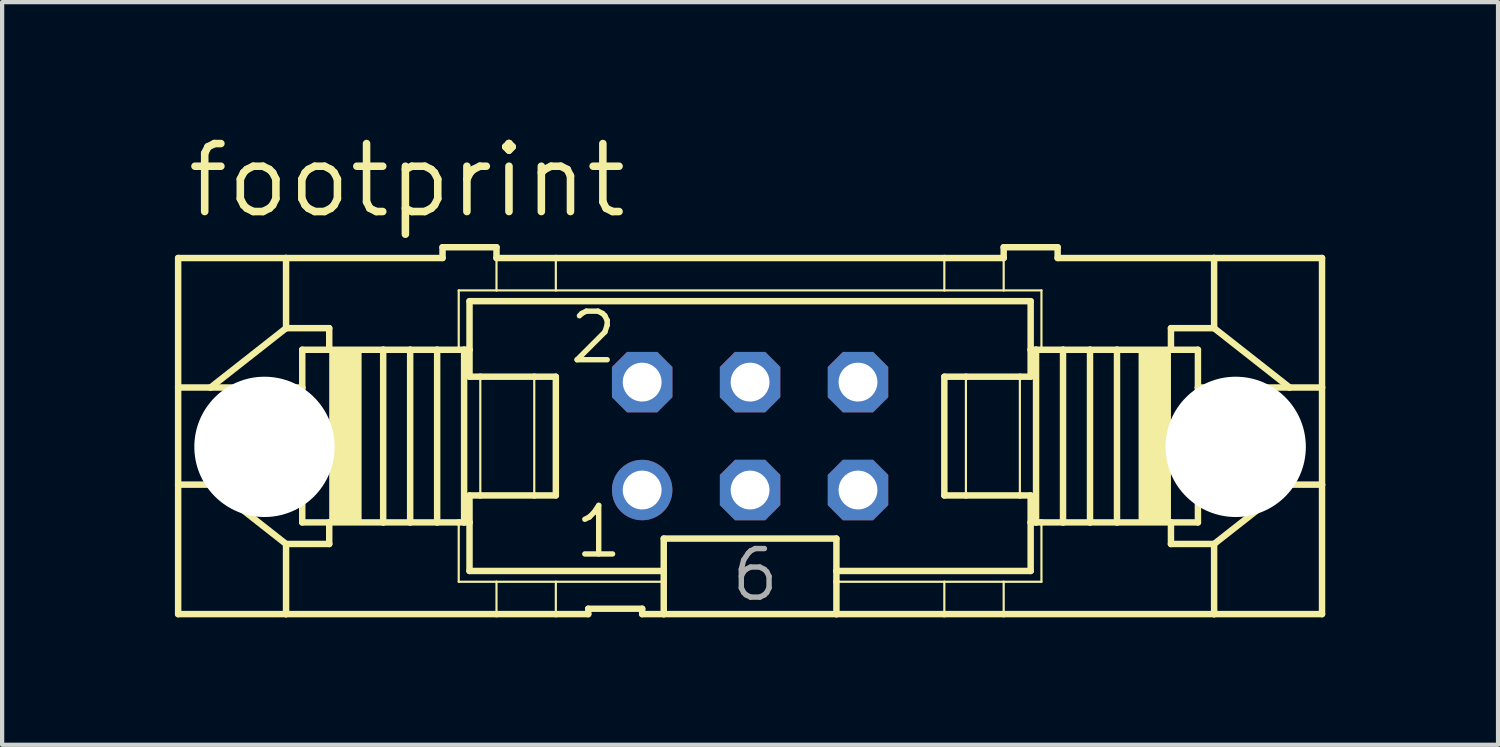
<source format=kicad_pcb>
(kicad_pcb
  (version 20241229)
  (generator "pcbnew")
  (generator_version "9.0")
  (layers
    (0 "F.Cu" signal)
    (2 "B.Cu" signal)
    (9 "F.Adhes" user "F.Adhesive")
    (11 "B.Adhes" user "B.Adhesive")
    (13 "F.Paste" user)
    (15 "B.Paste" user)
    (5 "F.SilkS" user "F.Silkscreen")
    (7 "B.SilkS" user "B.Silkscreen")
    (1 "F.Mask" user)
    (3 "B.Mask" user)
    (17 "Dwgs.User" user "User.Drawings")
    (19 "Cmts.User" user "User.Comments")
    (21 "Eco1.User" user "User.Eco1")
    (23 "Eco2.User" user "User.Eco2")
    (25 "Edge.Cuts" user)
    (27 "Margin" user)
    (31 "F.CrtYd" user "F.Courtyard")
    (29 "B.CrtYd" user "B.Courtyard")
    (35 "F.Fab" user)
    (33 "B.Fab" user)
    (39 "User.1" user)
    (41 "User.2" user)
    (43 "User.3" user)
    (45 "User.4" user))
  (footprint "footprint"
    (layer "F.Cu")
    (at 14.605 7.214)
    (property "Reference" "footprint" (at -13.335 -5.08 0) (layer "F.SilkS") (effects (font (size 1.6 1.6) (thickness 0.178)) (justify left bottom)))
    (fp_line (start -13.462 -4.191) (end -13.462 -1.143) (stroke (width 0.152) (type solid)) (layer "F.SilkS"))
    (fp_line (start -13.462 -4.191) (end -10.922 -4.191) (stroke (width 0.152) (type solid)) (layer "F.SilkS"))
    (fp_line (start -13.462 -1.143) (end -13.462 1.143) (stroke (width 0.152) (type solid)) (layer "F.SilkS"))
    (fp_line (start -13.462 -1.143) (end -12.7 -1.143) (stroke (width 0.152) (type solid)) (layer "F.SilkS"))
    (fp_line (start -13.462 1.143) (end -13.462 4.191) (stroke (width 0.152) (type solid)) (layer "F.SilkS"))
    (fp_line (start -13.462 1.143) (end -12.7 1.143) (stroke (width 0.152) (type solid)) (layer "F.SilkS"))
    (fp_line (start -12.7 -1.143) (end -10.541 -1.143) (stroke (width 0.152) (type solid)) (layer "F.SilkS"))
    (fp_line (start -12.7 1.143) (end -10.541 1.143) (stroke (width 0.152) (type solid)) (layer "F.SilkS"))
    (fp_line (start -10.922 -4.191) (end -10.922 -2.54) (stroke (width 0.152) (type solid)) (layer "F.SilkS"))
    (fp_line (start -10.922 -2.54) (end -12.7 -1.143) (stroke (width 0.152) (type solid)) (layer "F.SilkS"))
    (fp_line (start -10.922 2.54) (end -12.7 1.143) (stroke (width 0.152) (type solid)) (layer "F.SilkS"))
    (fp_line (start -10.922 2.54) (end -10.922 4.191) (stroke (width 0.152) (type solid)) (layer "F.SilkS"))
    (fp_line (start -10.922 4.191) (end -13.462 4.191) (stroke (width 0.152) (type solid)) (layer "F.SilkS"))
    (fp_line (start -10.541 -1.143) (end -10.541 -2.032) (stroke (width 0.152) (type solid)) (layer "F.SilkS"))
    (fp_line (start -10.541 1.143) (end -10.541 -1.143) (stroke (width 0.152) (type solid)) (layer "F.SilkS"))
    (fp_line (start -10.541 2.032) (end -10.541 1.143) (stroke (width 0.152) (type solid)) (layer "F.SilkS"))
    (fp_line (start -9.906 -2.54) (end -10.922 -2.54) (stroke (width 0.152) (type solid)) (layer "F.SilkS"))
    (fp_line (start -9.906 -2.54) (end -9.906 -2.032) (stroke (width 0.152) (type solid)) (layer "F.SilkS"))
    (fp_line (start -9.906 -2.032) (end -10.541 -2.032) (stroke (width 0.152) (type solid)) (layer "F.SilkS"))
    (fp_line (start -9.906 2.032) (end -10.541 2.032) (stroke (width 0.152) (type solid)) (layer "F.SilkS"))
    (fp_line (start -9.906 2.032) (end -9.906 2.54) (stroke (width 0.152) (type solid)) (layer "F.SilkS"))
    (fp_line (start -9.906 2.54) (end -10.922 2.54) (stroke (width 0.152) (type solid)) (layer "F.SilkS"))
    (fp_line (start -8.636 -2.032) (end -9.906 -2.032) (stroke (width 0.152) (type solid)) (layer "F.SilkS"))
    (fp_line (start -8.636 2.032) (end -9.906 2.032) (stroke (width 0.152) (type solid)) (layer "F.SilkS"))
    (fp_line (start -8.636 2.032) (end -8.636 -2.032) (stroke (width 0.152) (type solid)) (layer "F.SilkS"))
    (fp_line (start -8.001 -2.032) (end -8.636 -2.032) (stroke (width 0.152) (type solid)) (layer "F.SilkS"))
    (fp_line (start -8.001 2.032) (end -8.636 2.032) (stroke (width 0.152) (type solid)) (layer "F.SilkS"))
    (fp_line (start -8.001 2.032) (end -8.001 -2.032) (stroke (width 0.152) (type solid)) (layer "F.SilkS"))
    (fp_line (start -7.366 -2.032) (end -8.001 -2.032) (stroke (width 0.152) (type solid)) (layer "F.SilkS"))
    (fp_line (start -7.366 2.032) (end -8.001 2.032) (stroke (width 0.152) (type solid)) (layer "F.SilkS"))
    (fp_line (start -7.366 2.032) (end -7.366 -2.032) (stroke (width 0.152) (type solid)) (layer "F.SilkS"))
    (fp_line (start -7.239 -4.445) (end -7.239 -4.191) (stroke (width 0.152) (type solid)) (layer "F.SilkS"))
    (fp_line (start -7.239 -4.445) (end -5.969 -4.445) (stroke (width 0.152) (type solid)) (layer "F.SilkS"))
    (fp_line (start -7.239 -4.191) (end -10.922 -4.191) (stroke (width 0.152) (type solid)) (layer "F.SilkS"))
    (fp_line (start -6.858 -3.429) (end -6.858 -2.032) (stroke (width 0.051) (type solid)) (layer "F.SilkS"))
    (fp_line (start -6.858 -2.032) (end -7.366 -2.032) (stroke (width 0.152) (type solid)) (layer "F.SilkS"))
    (fp_line (start -6.858 2.032) (end -7.366 2.032) (stroke (width 0.152) (type solid)) (layer "F.SilkS"))
    (fp_line (start -6.858 3.429) (end -6.858 2.032) (stroke (width 0.051) (type solid)) (layer "F.SilkS"))
    (fp_line (start -6.731 -2.032) (end -6.858 -2.032) (stroke (width 0.152) (type solid)) (layer "F.SilkS"))
    (fp_line (start -6.731 2.032) (end -6.858 2.032) (stroke (width 0.152) (type solid)) (layer "F.SilkS"))
    (fp_line (start -6.731 2.032) (end -6.731 -2.032) (stroke (width 0.152) (type solid)) (layer "F.SilkS"))
    (fp_line (start -6.604 -3.175) (end 6.604 -3.175) (stroke (width 0.152) (type solid)) (layer "F.SilkS"))
    (fp_line (start -6.604 -2.032) (end -6.731 -2.032) (stroke (width 0.152) (type solid)) (layer "F.SilkS"))
    (fp_line (start -6.604 -2.032) (end -6.604 -3.175) (stroke (width 0.152) (type solid)) (layer "F.SilkS"))
    (fp_line (start -6.604 -1.397) (end -6.604 -2.032) (stroke (width 0.152) (type solid)) (layer "F.SilkS"))
    (fp_line (start -6.604 -1.397) (end -6.35 -1.397) (stroke (width 0.152) (type solid)) (layer "F.SilkS"))
    (fp_line (start -6.604 2.032) (end -6.731 2.032) (stroke (width 0.152) (type solid)) (layer "F.SilkS"))
    (fp_line (start -6.604 2.032) (end -6.604 1.397) (stroke (width 0.152) (type solid)) (layer "F.SilkS"))
    (fp_line (start -6.604 3.175) (end -6.604 2.032) (stroke (width 0.152) (type solid)) (layer "F.SilkS"))
    (fp_line (start -6.35 -1.397) (end -5.08 -1.397) (stroke (width 0.152) (type solid)) (layer "F.SilkS"))
    (fp_line (start -6.35 1.397) (end -6.604 1.397) (stroke (width 0.152) (type solid)) (layer "F.SilkS"))
    (fp_line (start -6.35 1.397) (end -6.35 -1.397) (stroke (width 0.051) (type solid)) (layer "F.SilkS"))
    (fp_line (start -5.969 -4.445) (end -5.969 -4.191) (stroke (width 0.152) (type solid)) (layer "F.SilkS"))
    (fp_line (start -5.969 -3.429) (end -6.858 -3.429) (stroke (width 0.051) (type solid)) (layer "F.SilkS"))
    (fp_line (start -5.969 -3.429) (end -5.969 -4.191) (stroke (width 0.051) (type solid)) (layer "F.SilkS"))
    (fp_line (start -5.969 -3.429) (end -4.572 -3.429) (stroke (width 0.051) (type solid)) (layer "F.SilkS"))
    (fp_line (start -5.969 3.429) (end -6.858 3.429) (stroke (width 0.051) (type solid)) (layer "F.SilkS"))
    (fp_line (start -5.969 4.191) (end -10.922 4.191) (stroke (width 0.152) (type solid)) (layer "F.SilkS"))
    (fp_line (start -5.969 4.191) (end -5.969 3.429) (stroke (width 0.051) (type solid)) (layer "F.SilkS"))
    (fp_line (start -5.08 -1.397) (end -4.572 -1.397) (stroke (width 0.152) (type solid)) (layer "F.SilkS"))
    (fp_line (start -5.08 1.397) (end -6.35 1.397) (stroke (width 0.152) (type solid)) (layer "F.SilkS"))
    (fp_line (start -5.08 1.397) (end -5.08 -1.397) (stroke (width 0.051) (type solid)) (layer "F.SilkS"))
    (fp_line (start -4.572 -4.191) (end -5.969 -4.191) (stroke (width 0.152) (type solid)) (layer "F.SilkS"))
    (fp_line (start -4.572 -4.191) (end 4.572 -4.191) (stroke (width 0.152) (type solid)) (layer "F.SilkS"))
    (fp_line (start -4.572 -3.429) (end -4.572 -4.191) (stroke (width 0.051) (type solid)) (layer "F.SilkS"))
    (fp_line (start -4.572 -3.429) (end 4.572 -3.429) (stroke (width 0.051) (type solid)) (layer "F.SilkS"))
    (fp_line (start -4.572 1.397) (end -5.08 1.397) (stroke (width 0.152) (type solid)) (layer "F.SilkS"))
    (fp_line (start -4.572 1.397) (end -4.572 -1.397) (stroke (width 0.152) (type solid)) (layer "F.SilkS"))
    (fp_line (start -4.572 3.429) (end -5.969 3.429) (stroke (width 0.051) (type solid)) (layer "F.SilkS"))
    (fp_line (start -4.572 4.191) (end -5.969 4.191) (stroke (width 0.152) (type solid)) (layer "F.SilkS"))
    (fp_line (start -4.572 4.191) (end -4.572 3.429) (stroke (width 0.051) (type solid)) (layer "F.SilkS"))
    (fp_line (start -3.81 4.191) (end -4.572 4.191) (stroke (width 0.152) (type solid)) (layer "F.SilkS"))
    (fp_line (start -3.81 4.191) (end -3.81 4.064) (stroke (width 0.152) (type solid)) (layer "F.SilkS"))
    (fp_line (start -2.54 4.064) (end -3.81 4.064) (stroke (width 0.152) (type solid)) (layer "F.SilkS"))
    (fp_line (start -2.54 4.064) (end -2.54 4.191) (stroke (width 0.152) (type solid)) (layer "F.SilkS"))
    (fp_line (start -2.032 3.175) (end -6.604 3.175) (stroke (width 0.152) (type solid)) (layer "F.SilkS"))
    (fp_line (start -2.032 3.175) (end -2.032 2.413) (stroke (width 0.152) (type solid)) (layer "F.SilkS"))
    (fp_line (start -2.032 3.175) (end -2.032 3.429) (stroke (width 0.152) (type solid)) (layer "F.SilkS"))
    (fp_line (start -2.032 3.429) (end -4.572 3.429) (stroke (width 0.051) (type solid)) (layer "F.SilkS"))
    (fp_line (start -2.032 3.429) (end -2.032 4.191) (stroke (width 0.152) (type solid)) (layer "F.SilkS"))
    (fp_line (start -2.032 4.191) (end -2.54 4.191) (stroke (width 0.152) (type solid)) (layer "F.SilkS"))
    (fp_line (start 2.032 2.413) (end -2.032 2.413) (stroke (width 0.152) (type solid)) (layer "F.SilkS"))
    (fp_line (start 2.032 2.413) (end 2.032 3.175) (stroke (width 0.152) (type solid)) (layer "F.SilkS"))
    (fp_line (start 2.032 3.175) (end 2.032 3.429) (stroke (width 0.152) (type solid)) (layer "F.SilkS"))
    (fp_line (start 2.032 3.429) (end 2.032 4.191) (stroke (width 0.152) (type solid)) (layer "F.SilkS"))
    (fp_line (start 2.032 3.429) (end 4.572 3.429) (stroke (width 0.051) (type solid)) (layer "F.SilkS"))
    (fp_line (start 2.032 4.191) (end -2.032 4.191) (stroke (width 0.152) (type solid)) (layer "F.SilkS"))
    (fp_line (start 4.572 -4.191) (end 4.572 -3.429) (stroke (width 0.051) (type solid)) (layer "F.SilkS"))
    (fp_line (start 4.572 -4.191) (end 5.969 -4.191) (stroke (width 0.152) (type solid)) (layer "F.SilkS"))
    (fp_line (start 4.572 -1.397) (end 4.572 1.397) (stroke (width 0.152) (type solid)) (layer "F.SilkS"))
    (fp_line (start 4.572 -1.397) (end 5.08 -1.397) (stroke (width 0.152) (type solid)) (layer "F.SilkS"))
    (fp_line (start 4.572 3.429) (end 4.572 4.191) (stroke (width 0.051) (type solid)) (layer "F.SilkS"))
    (fp_line (start 4.572 3.429) (end 5.969 3.429) (stroke (width 0.051) (type solid)) (layer "F.SilkS"))
    (fp_line (start 4.572 4.191) (end 2.032 4.191) (stroke (width 0.152) (type solid)) (layer "F.SilkS"))
    (fp_line (start 5.08 -1.397) (end 5.08 1.397) (stroke (width 0.051) (type solid)) (layer "F.SilkS"))
    (fp_line (start 5.08 -1.397) (end 6.35 -1.397) (stroke (width 0.152) (type solid)) (layer "F.SilkS"))
    (fp_line (start 5.08 1.397) (end 4.572 1.397) (stroke (width 0.152) (type solid)) (layer "F.SilkS"))
    (fp_line (start 5.969 -4.191) (end 5.969 -4.445) (stroke (width 0.152) (type solid)) (layer "F.SilkS"))
    (fp_line (start 5.969 -4.191) (end 5.969 -3.429) (stroke (width 0.051) (type solid)) (layer "F.SilkS"))
    (fp_line (start 5.969 -3.429) (end 4.572 -3.429) (stroke (width 0.051) (type solid)) (layer "F.SilkS"))
    (fp_line (start 5.969 -3.429) (end 6.858 -3.429) (stroke (width 0.051) (type solid)) (layer "F.SilkS"))
    (fp_line (start 5.969 3.429) (end 5.969 4.191) (stroke (width 0.051) (type solid)) (layer "F.SilkS"))
    (fp_line (start 5.969 3.429) (end 6.858 3.429) (stroke (width 0.051) (type solid)) (layer "F.SilkS"))
    (fp_line (start 5.969 4.191) (end 4.572 4.191) (stroke (width 0.152) (type solid)) (layer "F.SilkS"))
    (fp_line (start 6.35 -1.397) (end 6.35 1.397) (stroke (width 0.051) (type solid)) (layer "F.SilkS"))
    (fp_line (start 6.35 -1.397) (end 6.604 -1.397) (stroke (width 0.152) (type solid)) (layer "F.SilkS"))
    (fp_line (start 6.35 1.397) (end 5.08 1.397) (stroke (width 0.152) (type solid)) (layer "F.SilkS"))
    (fp_line (start 6.604 -3.175) (end 6.604 -2.032) (stroke (width 0.152) (type solid)) (layer "F.SilkS"))
    (fp_line (start 6.604 -2.032) (end 6.604 -1.397) (stroke (width 0.152) (type solid)) (layer "F.SilkS"))
    (fp_line (start 6.604 -2.032) (end 6.731 -2.032) (stroke (width 0.152) (type solid)) (layer "F.SilkS"))
    (fp_line (start 6.604 1.397) (end 6.35 1.397) (stroke (width 0.152) (type solid)) (layer "F.SilkS"))
    (fp_line (start 6.604 1.397) (end 6.604 2.032) (stroke (width 0.152) (type solid)) (layer "F.SilkS"))
    (fp_line (start 6.604 2.032) (end 6.604 3.175) (stroke (width 0.152) (type solid)) (layer "F.SilkS"))
    (fp_line (start 6.604 2.032) (end 6.731 2.032) (stroke (width 0.152) (type solid)) (layer "F.SilkS"))
    (fp_line (start 6.604 3.175) (end 2.032 3.175) (stroke (width 0.152) (type solid)) (layer "F.SilkS"))
    (fp_line (start 6.731 -2.032) (end 6.731 2.032) (stroke (width 0.152) (type solid)) (layer "F.SilkS"))
    (fp_line (start 6.731 -2.032) (end 6.858 -2.032) (stroke (width 0.152) (type solid)) (layer "F.SilkS"))
    (fp_line (start 6.731 2.032) (end 6.858 2.032) (stroke (width 0.152) (type solid)) (layer "F.SilkS"))
    (fp_line (start 6.858 -3.429) (end 6.858 -2.032) (stroke (width 0.051) (type solid)) (layer "F.SilkS"))
    (fp_line (start 6.858 -2.032) (end 7.366 -2.032) (stroke (width 0.152) (type solid)) (layer "F.SilkS"))
    (fp_line (start 6.858 2.032) (end 7.366 2.032) (stroke (width 0.152) (type solid)) (layer "F.SilkS"))
    (fp_line (start 6.858 3.429) (end 6.858 2.032) (stroke (width 0.051) (type solid)) (layer "F.SilkS"))
    (fp_line (start 7.239 -4.445) (end 5.969 -4.445) (stroke (width 0.152) (type solid)) (layer "F.SilkS"))
    (fp_line (start 7.239 -4.191) (end 7.239 -4.445) (stroke (width 0.152) (type solid)) (layer "F.SilkS"))
    (fp_line (start 7.239 -4.191) (end 10.922 -4.191) (stroke (width 0.152) (type solid)) (layer "F.SilkS"))
    (fp_line (start 7.366 -2.032) (end 7.366 2.032) (stroke (width 0.152) (type solid)) (layer "F.SilkS"))
    (fp_line (start 7.366 -2.032) (end 8.001 -2.032) (stroke (width 0.152) (type solid)) (layer "F.SilkS"))
    (fp_line (start 7.366 2.032) (end 8.001 2.032) (stroke (width 0.152) (type solid)) (layer "F.SilkS"))
    (fp_line (start 8.001 -2.032) (end 8.001 2.032) (stroke (width 0.152) (type solid)) (layer "F.SilkS"))
    (fp_line (start 8.001 -2.032) (end 8.636 -2.032) (stroke (width 0.152) (type solid)) (layer "F.SilkS"))
    (fp_line (start 8.001 2.032) (end 8.636 2.032) (stroke (width 0.152) (type solid)) (layer "F.SilkS"))
    (fp_line (start 8.636 -2.032) (end 8.636 2.032) (stroke (width 0.152) (type solid)) (layer "F.SilkS"))
    (fp_line (start 8.636 -2.032) (end 9.906 -2.032) (stroke (width 0.152) (type solid)) (layer "F.SilkS"))
    (fp_line (start 8.636 2.032) (end 9.906 2.032) (stroke (width 0.152) (type solid)) (layer "F.SilkS"))
    (fp_line (start 9.906 -2.54) (end 10.922 -2.54) (stroke (width 0.152) (type solid)) (layer "F.SilkS"))
    (fp_line (start 9.906 -2.032) (end 9.906 -2.54) (stroke (width 0.152) (type solid)) (layer "F.SilkS"))
    (fp_line (start 9.906 -2.032) (end 10.541 -2.032) (stroke (width 0.152) (type solid)) (layer "F.SilkS"))
    (fp_line (start 9.906 2.032) (end 10.541 2.032) (stroke (width 0.152) (type solid)) (layer "F.SilkS"))
    (fp_line (start 9.906 2.54) (end 9.906 2.032) (stroke (width 0.152) (type solid)) (layer "F.SilkS"))
    (fp_line (start 9.906 2.54) (end 10.922 2.54) (stroke (width 0.152) (type solid)) (layer "F.SilkS"))
    (fp_line (start 10.541 -2.032) (end 10.541 -1.143) (stroke (width 0.152) (type solid)) (layer "F.SilkS"))
    (fp_line (start 10.541 -1.143) (end 10.541 1.143) (stroke (width 0.152) (type solid)) (layer "F.SilkS"))
    (fp_line (start 10.541 1.143) (end 10.541 2.032) (stroke (width 0.152) (type solid)) (layer "F.SilkS"))
    (fp_line (start 10.922 -4.191) (end 13.462 -4.191) (stroke (width 0.152) (type solid)) (layer "F.SilkS"))
    (fp_line (start 10.922 -2.54) (end 10.922 -4.191) (stroke (width 0.152) (type solid)) (layer "F.SilkS"))
    (fp_line (start 10.922 -2.54) (end 12.7 -1.143) (stroke (width 0.152) (type solid)) (layer "F.SilkS"))
    (fp_line (start 10.922 2.54) (end 12.7 1.143) (stroke (width 0.152) (type solid)) (layer "F.SilkS"))
    (fp_line (start 10.922 4.191) (end 5.969 4.191) (stroke (width 0.152) (type solid)) (layer "F.SilkS"))
    (fp_line (start 10.922 4.191) (end 10.922 2.54) (stroke (width 0.152) (type solid)) (layer "F.SilkS"))
    (fp_line (start 12.7 -1.143) (end 10.541 -1.143) (stroke (width 0.152) (type solid)) (layer "F.SilkS"))
    (fp_line (start 12.7 1.143) (end 10.541 1.143) (stroke (width 0.152) (type solid)) (layer "F.SilkS"))
    (fp_line (start 13.462 -1.143) (end 12.7 -1.143) (stroke (width 0.152) (type solid)) (layer "F.SilkS"))
    (fp_line (start 13.462 -1.143) (end 13.462 -4.191) (stroke (width 0.152) (type solid)) (layer "F.SilkS"))
    (fp_line (start 13.462 1.143) (end 12.7 1.143) (stroke (width 0.152) (type solid)) (layer "F.SilkS"))
    (fp_line (start 13.462 1.143) (end 13.462 -1.143) (stroke (width 0.152) (type solid)) (layer "F.SilkS"))
    (fp_line (start 13.462 4.191) (end 10.922 4.191) (stroke (width 0.152) (type solid)) (layer "F.SilkS"))
    (fp_line (start 13.462 4.191) (end 13.462 1.143) (stroke (width 0.152) (type solid)) (layer "F.SilkS"))
    (fp_poly (pts (xy -9.906 2.032) (xy -9.144 2.032) (xy -9.144 -2.032) (xy -9.906 -2.032)) (stroke (width 0) (type solid)) (fill yes) (layer "F.SilkS"))
    (fp_poly (pts (xy 9.144 2.032) (xy 9.906 2.032) (xy 9.906 -2.032) (xy 9.144 -2.032)) (stroke (width 0) (type solid)) (fill yes) (layer "F.SilkS"))
    (fp_poly (pts (xy -12.7 0.381) (xy -10.922 0.381) (xy -10.922 -0.381) (xy -12.7 -0.381)) (stroke (width 0.1) (type solid)) (fill no) (layer "F.Fab"))
    (fp_poly (pts (xy -2.794 -1.016) (xy -2.286 -1.016) (xy -2.286 -1.524) (xy -2.794 -1.524)) (stroke (width 0.1) (type solid)) (fill no) (layer "F.Fab"))
    (fp_poly (pts (xy -2.794 1.524) (xy -2.286 1.524) (xy -2.286 1.016) (xy -2.794 1.016)) (stroke (width 0.1) (type solid)) (fill no) (layer "F.Fab"))
    (fp_poly (pts (xy -0.254 -1.016) (xy 0.254 -1.016) (xy 0.254 -1.524) (xy -0.254 -1.524)) (stroke (width 0.1) (type solid)) (fill no) (layer "F.Fab"))
    (fp_poly (pts (xy -0.254 1.524) (xy 0.254 1.524) (xy 0.254 1.016) (xy -0.254 1.016)) (stroke (width 0.1) (type solid)) (fill no) (layer "F.Fab"))
    (fp_poly (pts (xy 2.286 -1.016) (xy 2.794 -1.016) (xy 2.794 -1.524) (xy 2.286 -1.524)) (stroke (width 0.1) (type solid)) (fill no) (layer "F.Fab"))
    (fp_poly (pts (xy 2.286 1.524) (xy 2.794 1.524) (xy 2.794 1.016) (xy 2.286 1.016)) (stroke (width 0.1) (type solid)) (fill no) (layer "F.Fab"))
    (fp_poly (pts (xy 10.922 0.381) (xy 12.7 0.381) (xy 12.7 -0.381) (xy 10.922 -0.381)) (stroke (width 0.1) (type solid)) (fill no) (layer "F.Fab"))
    (fp_text user "1" (at -4.191 2.921 0) (layer "F.SilkS") (effects (font (size 1.143 1.143) (thickness 0.127)) (justify left bottom)))
    (fp_text user "2" (at -4.318 -1.651 0) (layer "F.SilkS") (effects (font (size 1.143 1.143) (thickness 0.127)) (justify left bottom)))
    (fp_text user "6" (at -0.508 3.937 0) (layer "F.Fab") (effects (font (size 1.143 1.143) (thickness 0.127)) (justify left bottom)))
    (pad "" np_thru_hole circle (at -11.43 0.254) (size 3.302 3.302) (drill 3.302) (layers "*.Cu" "*.Mask"))
    (pad "" np_thru_hole circle (at 11.43 0.254) (size 3.302 3.302) (drill 3.302) (layers "*.Cu" "*.Mask"))
    (pad "1" thru_hole circle (at -2.54 1.27) (size 1.422 1.422) (drill 0.914) (layers "*.Cu" "*.Mask"))
    (pad "2" thru_hole roundrect (at -2.54 -1.27) (size 1.422 1.422) (drill 0.914) (layers "*.Cu" "*.Mask") (roundrect_rratio 0.25) (chamfer_ratio 0.25) (chamfer top_left top_right bottom_left bottom_right))
    (pad "3" thru_hole roundrect (at 0 1.27) (size 1.422 1.422) (drill 0.914) (layers "*.Cu" "*.Mask") (roundrect_rratio 0.25) (chamfer_ratio 0.25) (chamfer top_left top_right bottom_left bottom_right))
    (pad "4" thru_hole roundrect (at 0 -1.27) (size 1.422 1.422) (drill 0.914) (layers "*.Cu" "*.Mask") (roundrect_rratio 0.25) (chamfer_ratio 0.25) (chamfer top_left top_right bottom_left bottom_right))
    (pad "5" thru_hole roundrect (at 2.54 1.27) (size 1.422 1.422) (drill 0.914) (layers "*.Cu" "*.Mask") (roundrect_rratio 0.25) (chamfer_ratio 0.25) (chamfer top_left top_right bottom_left bottom_right))
    (pad "6" thru_hole roundrect (at 2.54 -1.27) (size 1.422 1.422) (drill 0.914) (layers "*.Cu" "*.Mask") (roundrect_rratio 0.25) (chamfer_ratio 0.25) (chamfer top_left top_right bottom_left bottom_right))
    (zone (net_name "") (layers "F.Cu" "B.Cu") (hatch edge 0.508) (connect_pads) (min_thickness 0.254) (filled_areas_thickness no) (keepout (tracks allowed) (vias not_allowed) (pads allowed) (copperpour allowed) (footprints allowed)) (placement (enabled no)) (fill) (polygon (pts (xy 6.35 7.468) (xy 6.302 6.916) (xy 6.159 6.382) (xy 5.925 5.88) (xy 5.607 5.427) (xy 5.216 5.035) (xy 4.763 4.718) (xy 4.261 4.484) (xy 3.726 4.341) (xy 3.175 4.293) (xy 2.624 4.341) (xy 2.089 4.484) (xy 1.587 4.718) (xy 1.134 5.035) (xy 0.743 5.427) (xy 0.425 5.88) (xy 0.191 6.382) (xy 0.048 6.916) (xy 0 7.468) (xy 0.048 8.019) (xy 0.191 8.554) (xy 0.425 9.055) (xy 0.743 9.508) (xy 1.134 9.9) (xy 1.587 10.217) (xy 2.089 10.451) (xy 2.624 10.594) (xy 3.175 10.643) (xy 3.726 10.594) (xy 4.261 10.451) (xy 4.763 10.217) (xy 5.216 9.9) (xy 5.607 9.508) (xy 5.925 9.055) (xy 6.159 8.554) (xy 6.302 8.019))) (polygon (pts (xy 4.572 7.468) (xy 4.551 7.225) (xy 4.488 6.99) (xy 4.385 6.769) (xy 4.245 6.57) (xy 4.073 6.397) (xy 3.873 6.258) (xy 3.653 6.155) (xy 3.418 6.092) (xy 3.175 6.071) (xy 2.932 6.092) (xy 2.697 6.155) (xy 2.477 6.258) (xy 2.277 6.397) (xy 2.105 6.57) (xy 1.965 6.769) (xy 1.862 6.99) (xy 1.799 7.225) (xy 1.778 7.468) (xy 1.799 7.71) (xy 1.862 7.945) (xy 1.965 8.166) (xy 2.105 8.366) (xy 2.277 8.538) (xy 2.477 8.677) (xy 2.697 8.78) (xy 2.932 8.843) (xy 3.175 8.865) (xy 3.418 8.843) (xy 3.653 8.78) (xy 3.873 8.677) (xy 4.073 8.538) (xy 4.245 8.366) (xy 4.385 8.166) (xy 4.488 7.945) (xy 4.551 7.71))))
    (zone (net_name "") (layers "F.Cu" "B.Cu") (hatch edge 0.508) (connect_pads) (min_thickness 0.254) (filled_areas_thickness no) (keepout (tracks allowed) (vias not_allowed) (pads allowed) (copperpour allowed) (footprints allowed)) (placement (enabled no)) (fill) (polygon (pts (xy 29.21 7.468) (xy 29.162 6.916) (xy 29.019 6.382) (xy 28.785 5.88) (xy 28.467 5.427) (xy 28.076 5.035) (xy 27.622 4.718) (xy 27.121 4.484) (xy 26.586 4.341) (xy 26.035 4.293) (xy 25.484 4.341) (xy 24.949 4.484) (xy 24.448 4.718) (xy 23.994 5.035) (xy 23.603 5.427) (xy 23.285 5.88) (xy 23.051 6.382) (xy 22.908 6.916) (xy 22.86 7.468) (xy 22.908 8.019) (xy 23.051 8.554) (xy 23.285 9.055) (xy 23.603 9.508) (xy 23.994 9.9) (xy 24.448 10.217) (xy 24.949 10.451) (xy 25.484 10.594) (xy 26.035 10.643) (xy 26.586 10.594) (xy 27.121 10.451) (xy 27.622 10.217) (xy 28.076 9.9) (xy 28.467 9.508) (xy 28.785 9.055) (xy 29.019 8.554) (xy 29.162 8.019))) (polygon (pts (xy 27.432 7.468) (xy 27.411 7.225) (xy 27.348 6.99) (xy 27.245 6.769) (xy 27.105 6.57) (xy 26.933 6.397) (xy 26.733 6.258) (xy 26.513 6.155) (xy 26.278 6.092) (xy 26.035 6.071) (xy 25.792 6.092) (xy 25.557 6.155) (xy 25.337 6.258) (xy 25.137 6.397) (xy 24.965 6.57) (xy 24.825 6.769) (xy 24.722 6.99) (xy 24.659 7.225) (xy 24.638 7.468) (xy 24.659 7.71) (xy 24.722 7.945) (xy 24.825 8.166) (xy 24.965 8.366) (xy 25.137 8.538) (xy 25.337 8.677) (xy 25.557 8.78) (xy 25.792 8.843) (xy 26.035 8.865) (xy 26.278 8.843) (xy 26.513 8.78) (xy 26.733 8.677) (xy 26.933 8.538) (xy 27.105 8.366) (xy 27.245 8.166) (xy 27.348 7.945) (xy 27.411 7.71))))
    (zone (net_name "") (layer "B.Cu") (hatch edge 0.508) (connect_pads) (min_thickness 0.254) (filled_areas_thickness no) (keepout (tracks not_allowed) (vias not_allowed) (pads not_allowed) (copperpour not_allowed) (footprints allowed)) (placement (enabled no)) (fill) (polygon (pts (xy 6.35 7.468) (xy 6.302 6.916) (xy 6.159 6.382) (xy 5.925 5.88) (xy 5.607 5.427) (xy 5.216 5.035) (xy 4.763 4.718) (xy 4.261 4.484) (xy 3.726 4.341) (xy 3.175 4.293) (xy 2.624 4.341) (xy 2.089 4.484) (xy 1.587 4.718) (xy 1.134 5.035) (xy 0.743 5.427) (xy 0.425 5.88) (xy 0.191 6.382) (xy 0.048 6.916) (xy 0 7.468) (xy 0.048 8.019) (xy 0.191 8.554) (xy 0.425 9.055) (xy 0.743 9.508) (xy 1.134 9.9) (xy 1.587 10.217) (xy 2.089 10.451) (xy 2.624 10.594) (xy 3.175 10.643) (xy 3.726 10.594) (xy 4.261 10.451) (xy 4.763 10.217) (xy 5.216 9.9) (xy 5.607 9.508) (xy 5.925 9.055) (xy 6.159 8.554) (xy 6.302 8.019))) (polygon (pts (xy 4.572 7.468) (xy 4.551 7.225) (xy 4.488 6.99) (xy 4.385 6.769) (xy 4.245 6.57) (xy 4.073 6.397) (xy 3.873 6.258) (xy 3.653 6.155) (xy 3.418 6.092) (xy 3.175 6.071) (xy 2.932 6.092) (xy 2.697 6.155) (xy 2.477 6.258) (xy 2.277 6.397) (xy 2.105 6.57) (xy 1.965 6.769) (xy 1.862 6.99) (xy 1.799 7.225) (xy 1.778 7.468) (xy 1.799 7.71) (xy 1.862 7.945) (xy 1.965 8.166) (xy 2.105 8.366) (xy 2.277 8.538) (xy 2.477 8.677) (xy 2.697 8.78) (xy 2.932 8.843) (xy 3.175 8.865) (xy 3.418 8.843) (xy 3.653 8.78) (xy 3.873 8.677) (xy 4.073 8.538) (xy 4.245 8.366) (xy 4.385 8.166) (xy 4.488 7.945) (xy 4.551 7.71))))
    (zone (net_name "") (layer "B.Cu") (hatch edge 0.508) (connect_pads) (min_thickness 0.254) (filled_areas_thickness no) (keepout (tracks not_allowed) (vias not_allowed) (pads not_allowed) (copperpour not_allowed) (footprints allowed)) (placement (enabled no)) (fill) (polygon (pts (xy 29.21 7.468) (xy 29.162 6.916) (xy 29.019 6.382) (xy 28.785 5.88) (xy 28.467 5.427) (xy 28.076 5.035) (xy 27.622 4.718) (xy 27.121 4.484) (xy 26.586 4.341) (xy 26.035 4.293) (xy 25.484 4.341) (xy 24.949 4.484) (xy 24.448 4.718) (xy 23.994 5.035) (xy 23.603 5.427) (xy 23.285 5.88) (xy 23.051 6.382) (xy 22.908 6.916) (xy 22.86 7.468) (xy 22.908 8.019) (xy 23.051 8.554) (xy 23.285 9.055) (xy 23.603 9.508) (xy 23.994 9.9) (xy 24.448 10.217) (xy 24.949 10.451) (xy 25.484 10.594) (xy 26.035 10.643) (xy 26.586 10.594) (xy 27.121 10.451) (xy 27.622 10.217) (xy 28.076 9.9) (xy 28.467 9.508) (xy 28.785 9.055) (xy 29.019 8.554) (xy 29.162 8.019))) (polygon (pts (xy 27.432 7.468) (xy 27.411 7.225) (xy 27.348 6.99) (xy 27.245 6.769) (xy 27.105 6.57) (xy 26.933 6.397) (xy 26.733 6.258) (xy 26.513 6.155) (xy 26.278 6.092) (xy 26.035 6.071) (xy 25.792 6.092) (xy 25.557 6.155) (xy 25.337 6.258) (xy 25.137 6.397) (xy 24.965 6.57) (xy 24.825 6.769) (xy 24.722 6.99) (xy 24.659 7.225) (xy 24.638 7.468) (xy 24.659 7.71) (xy 24.722 7.945) (xy 24.825 8.166) (xy 24.965 8.366) (xy 25.137 8.538) (xy 25.337 8.677) (xy 25.557 8.78) (xy 25.792 8.843) (xy 26.035 8.865) (xy 26.278 8.843) (xy 26.513 8.78) (xy 26.733 8.677) (xy 26.933 8.538) (xy 27.105 8.366) (xy 27.245 8.166) (xy 27.348 7.945) (xy 27.411 7.71)))))
  (gr_rect
    (start -3 -3)
    (end 32.21 14.481)
    (stroke (width 0.1) (type default))
    (fill no)
    (layer "Edge.Cuts")))
</source>
